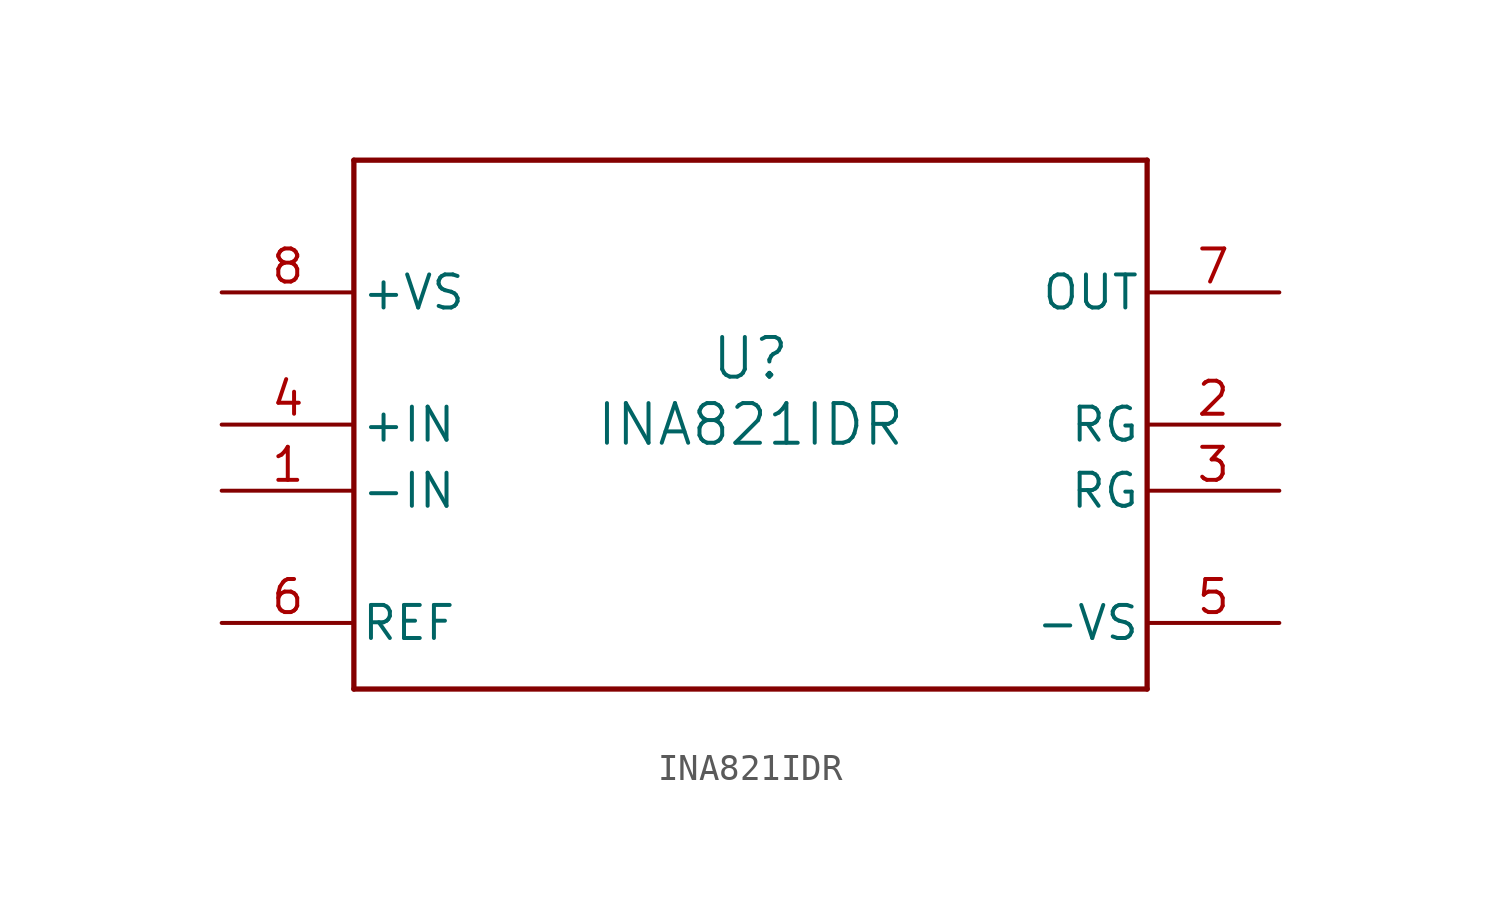
<source format=kicad_sym>
(kicad_symbol_lib
  (version 20211014)
  (generator kicad_symbol_editor)
  (symbol "INA821IDR"
    (pin_names
      (offset 0.254))
    (property "Reference" "U"
      (at 0 2.54 0)
      (effects (font (size 1.524 1.524))))
    (property "Value" "INA821IDR"
      (at 0 0 0)
      (effects (font (size 1.524 1.524))))
    (symbol "INA821IDR_0_1"
      (polyline (pts (xy -15.24 -10.16) (xy 15.24 -10.16)) (stroke (width 0.203) (type default) (color 0 0 0 0)) (fill (type none)))
      (polyline (pts (xy 15.24 -10.16) (xy 15.24 10.16)) (stroke (width 0.203) (type default) (color 0 0 0 0)) (fill (type none)))
      (polyline (pts (xy 15.24 10.16) (xy -15.24 10.16)) (stroke (width 0.203) (type default) (color 0 0 0 0)) (fill (type none)))
      (polyline (pts (xy -15.24 10.16) (xy -15.24 -10.16)) (stroke (width 0.203) (type default) (color 0 0 0 0)) (fill (type none)))
      (pin input line (at -20.32 -2.54 0) (length 5.08) (name "-IN" (effects (font (size 1.27 1.27)))) (number "1" (effects (font (size 1.27 1.27)))))
      (pin input line (at 20.32 0 180) (length 5.08) (name "RG" (effects (font (size 1.27 1.27)))) (number "2" (effects (font (size 1.27 1.27)))))
      (pin input line (at 20.32 -2.54 180) (length 5.08) (name "RG" (effects (font (size 1.27 1.27)))) (number "3" (effects (font (size 1.27 1.27)))))
      (pin input line (at -20.32 0 0) (length 5.08) (name "+IN" (effects (font (size 1.27 1.27)))) (number "4" (effects (font (size 1.27 1.27)))))
      (pin power_in line (at 20.32 -7.62 180) (length 5.08) (name "-VS" (effects (font (size 1.27 1.27)))) (number "5" (effects (font (size 1.27 1.27)))))
      (pin input line (at -20.32 -7.62 0) (length 5.08) (name "REF" (effects (font (size 1.27 1.27)))) (number "6" (effects (font (size 1.27 1.27)))))
      (pin output line (at 20.32 5.08 180) (length 5.08) (name "OUT" (effects (font (size 1.27 1.27)))) (number "7" (effects (font (size 1.27 1.27)))))
      (pin power_in line (at -20.32 5.08 0) (length 5.08) (name "+VS" (effects (font (size 1.27 1.27)))) (number "8" (effects (font (size 1.27 1.27))))))))
</source>
